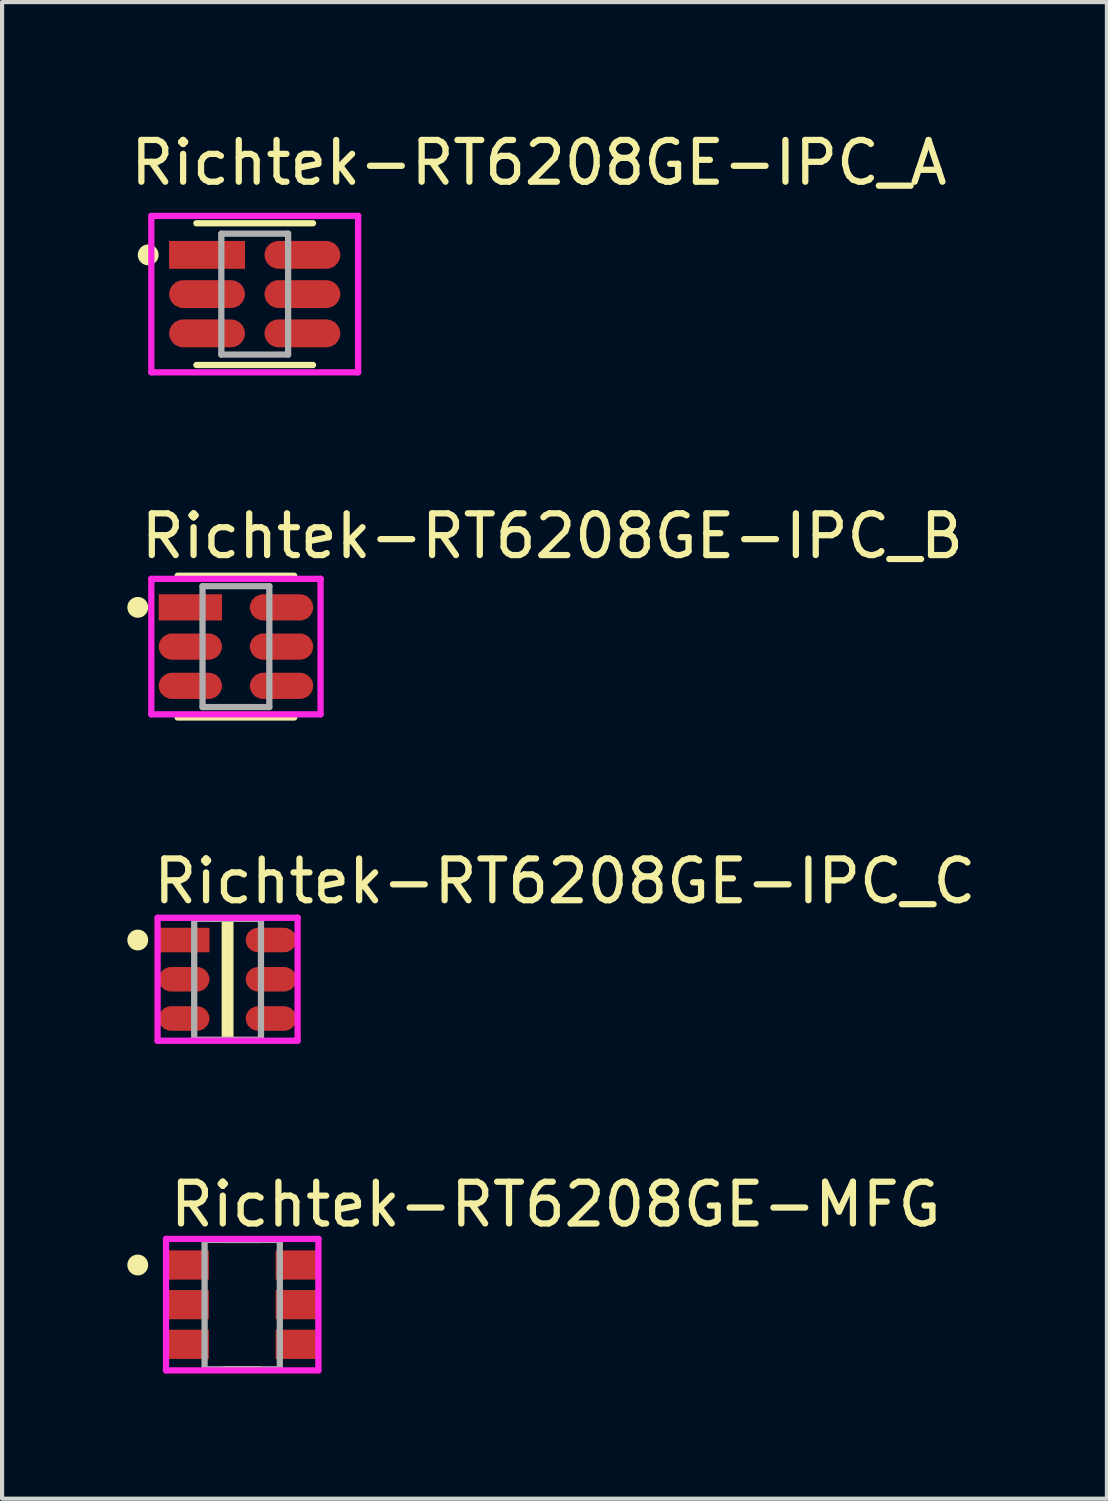
<source format=kicad_pcb>
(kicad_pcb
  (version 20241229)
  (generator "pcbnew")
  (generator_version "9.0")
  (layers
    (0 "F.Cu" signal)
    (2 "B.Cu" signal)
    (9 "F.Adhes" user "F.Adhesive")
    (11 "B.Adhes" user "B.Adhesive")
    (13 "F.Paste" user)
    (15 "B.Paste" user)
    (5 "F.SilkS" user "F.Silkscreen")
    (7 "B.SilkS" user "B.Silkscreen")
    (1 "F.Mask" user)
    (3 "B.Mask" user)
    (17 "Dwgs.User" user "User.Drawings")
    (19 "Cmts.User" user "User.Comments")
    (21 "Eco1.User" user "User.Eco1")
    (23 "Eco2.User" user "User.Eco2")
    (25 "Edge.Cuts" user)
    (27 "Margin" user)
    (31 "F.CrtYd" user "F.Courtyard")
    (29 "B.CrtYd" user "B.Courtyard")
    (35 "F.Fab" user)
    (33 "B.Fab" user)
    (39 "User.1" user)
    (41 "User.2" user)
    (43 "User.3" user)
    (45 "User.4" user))
  (footprint "Richtek-RT6208GE-IPC_C"
    (layer "F.Cu")
    (at 2.402 20.409)
    (property "Reference" "Richtek-RT6208GE-IPC_C" (at -1.852 -2.348 0) (layer "F.SilkS") (effects (font (size 1 1) (thickness 0.15)) (justify left)))
    (attr through_hole)
    (fp_line (start -0.067 -1.448) (end -0.067 1.448) (stroke (width 0.15) (type solid)) (layer "F.SilkS"))
    (fp_line (start -0.067 1.448) (end 0.067 1.448) (stroke (width 0.15) (type solid)) (layer "F.SilkS"))
    (fp_line (start 0.067 -1.448) (end -0.067 -1.448) (stroke (width 0.15) (type solid)) (layer "F.SilkS"))
    (fp_line (start 0.067 1.448) (end 0.067 -1.448) (stroke (width 0.15) (type solid)) (layer "F.SilkS"))
    (fp_circle (center -2.152 -0.94) (end -2.027 -0.94) (stroke (width 0.25) (type solid)) (fill no) (layer "F.SilkS"))
    (fp_line (start -1.677 -1.473) (end -1.677 1.473) (stroke (width 0.15) (type solid)) (layer "F.CrtYd"))
    (fp_line (start -1.677 1.473) (end 1.677 1.473) (stroke (width 0.15) (type solid)) (layer "F.CrtYd"))
    (fp_line (start 1.677 -1.473) (end -1.677 -1.473) (stroke (width 0.15) (type solid)) (layer "F.CrtYd"))
    (fp_line (start 1.677 -1.473) (end 1.677 -1.473) (stroke (width 0.15) (type solid)) (layer "F.CrtYd"))
    (fp_line (start 1.677 1.473) (end 1.677 -1.473) (stroke (width 0.15) (type solid)) (layer "F.CrtYd"))
    (fp_line (start -0.8 -1.448) (end 0.8 -1.448) (stroke (width 0.15) (type solid)) (layer "F.Fab"))
    (fp_line (start -0.8 1.448) (end -0.8 -1.448) (stroke (width 0.15) (type solid)) (layer "F.Fab"))
    (fp_line (start 0.8 -1.448) (end 0.8 1.448) (stroke (width 0.15) (type solid)) (layer "F.Fab"))
    (fp_line (start 0.8 1.448) (end -0.8 1.448) (stroke (width 0.15) (type solid)) (layer "F.Fab"))
    (pad "1" smd rect (at -1.042 -0.94) (size 1.218 0.588) (layers "F.Cu" "F.Mask" "F.Paste"))
    (pad "2" smd roundrect (at -1.042 0) (size 1.218 0.588) (layers "F.Cu" "F.Mask" "F.Paste") (roundrect_rratio 0.5))
    (pad "3" smd roundrect (at -1.042 0.94) (size 1.218 0.588) (layers "F.Cu" "F.Mask" "F.Paste") (roundrect_rratio 0.5))
    (pad "4" smd roundrect (at 1.042 0.94) (size 1.218 0.588) (layers "F.Cu" "F.Mask" "F.Paste") (roundrect_rratio 0.5))
    (pad "5" smd roundrect (at 1.042 0) (size 1.218 0.588) (layers "F.Cu" "F.Mask" "F.Paste") (roundrect_rratio 0.5))
    (pad "6" smd roundrect (at 1.042 -0.94) (size 1.218 0.588) (layers "F.Cu" "F.Mask" "F.Paste") (roundrect_rratio 0.5)))
  (footprint "Richtek-RT6208GE-MFG"
    (layer "F.Cu")
    (at 2.752 28.204)
    (property "Reference" "Richtek-RT6208GE-MFG" (at -1.802 -2.4 0) (layer "F.SilkS") (effects (font (size 1 1) (thickness 0.15)) (justify left)))
    (attr through_hole)
    (fp_line (start -0.425 -1.55) (end 0.425 -1.55) (stroke (width 0.15) (type solid)) (layer "F.SilkS"))
    (fp_line (start -0.425 1.55) (end 0.425 1.55) (stroke (width 0.15) (type solid)) (layer "F.SilkS"))
    (fp_circle (center -2.502 -0.95) (end -2.377 -0.95) (stroke (width 0.25) (type solid)) (fill no) (layer "F.SilkS"))
    (fp_line (start -1.825 -1.575) (end -1.825 1.575) (stroke (width 0.15) (type solid)) (layer "F.CrtYd"))
    (fp_line (start -1.825 1.575) (end 1.825 1.575) (stroke (width 0.15) (type solid)) (layer "F.CrtYd"))
    (fp_line (start 1.825 -1.575) (end -1.825 -1.575) (stroke (width 0.15) (type solid)) (layer "F.CrtYd"))
    (fp_line (start 1.825 -1.575) (end 1.825 -1.575) (stroke (width 0.15) (type solid)) (layer "F.CrtYd"))
    (fp_line (start 1.825 1.575) (end 1.825 -1.575) (stroke (width 0.15) (type solid)) (layer "F.CrtYd"))
    (fp_line (start -0.901 -1.55) (end 0.901 -1.55) (stroke (width 0.15) (type solid)) (layer "F.Fab"))
    (fp_line (start -0.901 1.55) (end -0.901 -1.55) (stroke (width 0.15) (type solid)) (layer "F.Fab"))
    (fp_line (start 0.901 -1.55) (end 0.901 1.55) (stroke (width 0.15) (type solid)) (layer "F.Fab"))
    (fp_line (start 0.901 1.55) (end -0.901 1.55) (stroke (width 0.15) (type solid)) (layer "F.Fab"))
    (pad "1" smd rect (at -1.3 -0.95) (size 1 0.7) (layers "F.Cu" "F.Mask" "F.Paste"))
    (pad "2" smd rect (at -1.3 0) (size 1 0.7) (layers "F.Cu" "F.Mask" "F.Paste"))
    (pad "3" smd rect (at -1.3 0.95) (size 1 0.7) (layers "F.Cu" "F.Mask" "F.Paste"))
    (pad "4" smd rect (at 1.3 0.95) (size 1 0.7) (layers "F.Cu" "F.Mask" "F.Paste"))
    (pad "5" smd rect (at 1.3 0) (size 1 0.7) (layers "F.Cu" "F.Mask" "F.Paste"))
    (pad "6" smd rect (at 1.3 -0.95) (size 1 0.7) (layers "F.Cu" "F.Mask" "F.Paste")))
  (footprint "Richtek-RT6208GE-IPC_A"
    (layer "F.Cu")
    (at 3.052 3.996)
    (property "Reference" "Richtek-RT6208GE-IPC_A" (at -3.052 -3.148 0) (layer "F.SilkS") (effects (font (size 1 1) (thickness 0.15)) (justify left)))
    (attr through_hole)
    (fp_line (start -1.397 -1.698) (end 1.397 -1.698) (stroke (width 0.15) (type solid)) (layer "F.SilkS"))
    (fp_line (start -1.397 1.698) (end 1.397 1.698) (stroke (width 0.15) (type solid)) (layer "F.SilkS"))
    (fp_circle (center -2.552 -0.94) (end -2.427 -0.94) (stroke (width 0.25) (type solid)) (fill no) (layer "F.SilkS"))
    (fp_line (start -2.477 -1.873) (end -2.477 1.873) (stroke (width 0.15) (type solid)) (layer "F.CrtYd"))
    (fp_line (start -2.477 1.873) (end 2.477 1.873) (stroke (width 0.15) (type solid)) (layer "F.CrtYd"))
    (fp_line (start 2.477 -1.873) (end -2.477 -1.873) (stroke (width 0.15) (type solid)) (layer "F.CrtYd"))
    (fp_line (start 2.477 -1.873) (end 2.477 -1.873) (stroke (width 0.15) (type solid)) (layer "F.CrtYd"))
    (fp_line (start 2.477 1.873) (end 2.477 -1.873) (stroke (width 0.15) (type solid)) (layer "F.CrtYd"))
    (fp_line (start -0.8 -1.448) (end 0.8 -1.448) (stroke (width 0.15) (type solid)) (layer "F.Fab"))
    (fp_line (start -0.8 1.448) (end -0.8 -1.448) (stroke (width 0.15) (type solid)) (layer "F.Fab"))
    (fp_line (start 0.8 -1.448) (end 0.8 1.448) (stroke (width 0.15) (type solid)) (layer "F.Fab"))
    (fp_line (start 0.8 1.448) (end -0.8 1.448) (stroke (width 0.15) (type solid)) (layer "F.Fab"))
    (pad "1" smd rect (at -1.142 -0.94) (size 1.818 0.668) (layers "F.Cu" "F.Mask" "F.Paste"))
    (pad "2" smd roundrect (at -1.142 0) (size 1.818 0.668) (layers "F.Cu" "F.Mask" "F.Paste") (roundrect_rratio 0.5))
    (pad "3" smd roundrect (at -1.142 0.94) (size 1.818 0.668) (layers "F.Cu" "F.Mask" "F.Paste") (roundrect_rratio 0.5))
    (pad "4" smd roundrect (at 1.142 0.94) (size 1.818 0.668) (layers "F.Cu" "F.Mask" "F.Paste") (roundrect_rratio 0.5))
    (pad "5" smd roundrect (at 1.142 0) (size 1.818 0.668) (layers "F.Cu" "F.Mask" "F.Paste") (roundrect_rratio 0.5))
    (pad "6" smd roundrect (at 1.142 -0.94) (size 1.818 0.668) (layers "F.Cu" "F.Mask" "F.Paste") (roundrect_rratio 0.5)))
  (footprint "Richtek-RT6208GE-IPC_B"
    (layer "F.Cu")
    (at 2.602 12.44)
    (property "Reference" "Richtek-RT6208GE-IPC_B" (at -2.352 -2.648 0) (layer "F.SilkS") (effects (font (size 1 1) (thickness 0.15)) (justify left)))
    (attr through_hole)
    (fp_line (start -1.397 -1.698) (end 1.397 -1.698) (stroke (width 0.15) (type solid)) (layer "F.SilkS"))
    (fp_line (start -1.397 1.698) (end 1.397 1.698) (stroke (width 0.15) (type solid)) (layer "F.SilkS"))
    (fp_circle (center -2.352 -0.94) (end -2.227 -0.94) (stroke (width 0.25) (type solid)) (fill no) (layer "F.SilkS"))
    (fp_line (start -2.027 -1.623) (end -2.027 1.623) (stroke (width 0.15) (type solid)) (layer "F.CrtYd"))
    (fp_line (start -2.027 1.623) (end 2.027 1.623) (stroke (width 0.15) (type solid)) (layer "F.CrtYd"))
    (fp_line (start 2.027 -1.623) (end -2.027 -1.623) (stroke (width 0.15) (type solid)) (layer "F.CrtYd"))
    (fp_line (start 2.027 -1.623) (end 2.027 -1.623) (stroke (width 0.15) (type solid)) (layer "F.CrtYd"))
    (fp_line (start 2.027 1.623) (end 2.027 -1.623) (stroke (width 0.15) (type solid)) (layer "F.CrtYd"))
    (fp_line (start -0.8 -1.448) (end 0.8 -1.448) (stroke (width 0.15) (type solid)) (layer "F.Fab"))
    (fp_line (start -0.8 1.448) (end -0.8 -1.448) (stroke (width 0.15) (type solid)) (layer "F.Fab"))
    (fp_line (start 0.8 -1.448) (end 0.8 1.448) (stroke (width 0.15) (type solid)) (layer "F.Fab"))
    (fp_line (start 0.8 1.448) (end -0.8 1.448) (stroke (width 0.15) (type solid)) (layer "F.Fab"))
    (pad "1" smd rect (at -1.092 -0.94) (size 1.518 0.628) (layers "F.Cu" "F.Mask" "F.Paste"))
    (pad "2" smd roundrect (at -1.092 0) (size 1.518 0.628) (layers "F.Cu" "F.Mask" "F.Paste") (roundrect_rratio 0.5))
    (pad "3" smd roundrect (at -1.092 0.94) (size 1.518 0.628) (layers "F.Cu" "F.Mask" "F.Paste") (roundrect_rratio 0.5))
    (pad "4" smd roundrect (at 1.092 0.94) (size 1.518 0.628) (layers "F.Cu" "F.Mask" "F.Paste") (roundrect_rratio 0.5))
    (pad "5" smd roundrect (at 1.092 0) (size 1.518 0.628) (layers "F.Cu" "F.Mask" "F.Paste") (roundrect_rratio 0.5))
    (pad "6" smd roundrect (at 1.092 -0.94) (size 1.518 0.628) (layers "F.Cu" "F.Mask" "F.Paste") (roundrect_rratio 0.5)))
  (gr_rect
    (start -3 -3)
    (end 23.467 32.853)
    (stroke (width 0.1) (type default))
    (fill no)
    (layer "Edge.Cuts")))
</source>
